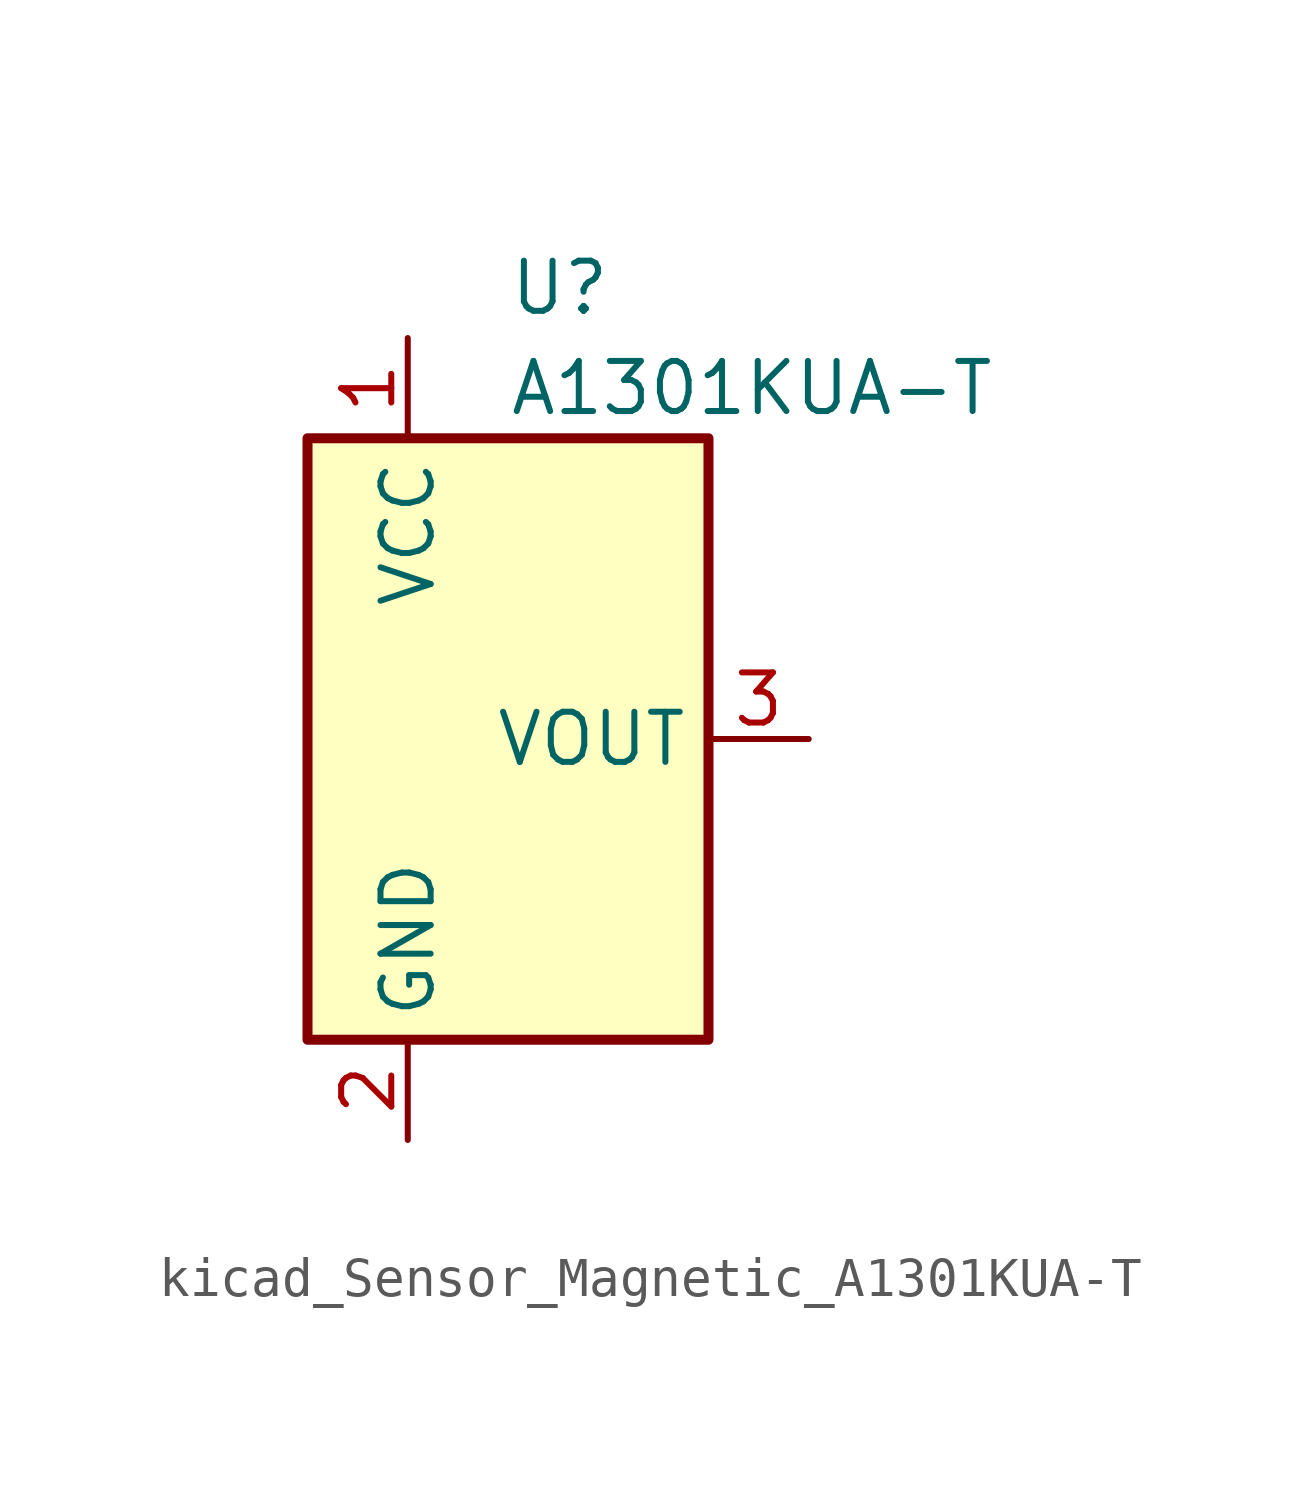
<source format=kicad_sym>
(kicad_symbol_lib
  (version 20220914)
  (generator kicad_symbol_editor)
  (symbol "kicad_Sensor_Magnetic_A1301KUA-T"
    (property "Reference" "U"
      (at 0 11.43 0)
      (effects (font (size 1.27 1.27)) (justify left)))
    (property "Value" "A1301KUA-T"
      (at 0 8.89 0)
      (effects (font (size 1.27 1.27)) (justify left)))
    (symbol "kicad_Sensor_Magnetic_A1301KUA-T_0_1"
      (rectangle (start -5.08 7.62) (end 5.08 -7.62) (stroke (width 0.254) (type default)) (fill (type background))))
    (symbol "kicad_Sensor_Magnetic_A1301KUA-T_1_1"
      (pin power_in line (at -2.54 10.16 270) (length 2.54) (name "VCC" (effects (font (size 1.27 1.27)))) (number "1" (effects (font (size 1.27 1.27)))))
      (pin power_in line (at -2.54 -10.16 90) (length 2.54) (name "GND" (effects (font (size 1.27 1.27)))) (number "2" (effects (font (size 1.27 1.27)))))
      (pin output line (at 7.62 0 180) (length 2.54) (name "VOUT" (effects (font (size 1.27 1.27)))) (number "3" (effects (font (size 1.27 1.27))))))))
</source>
